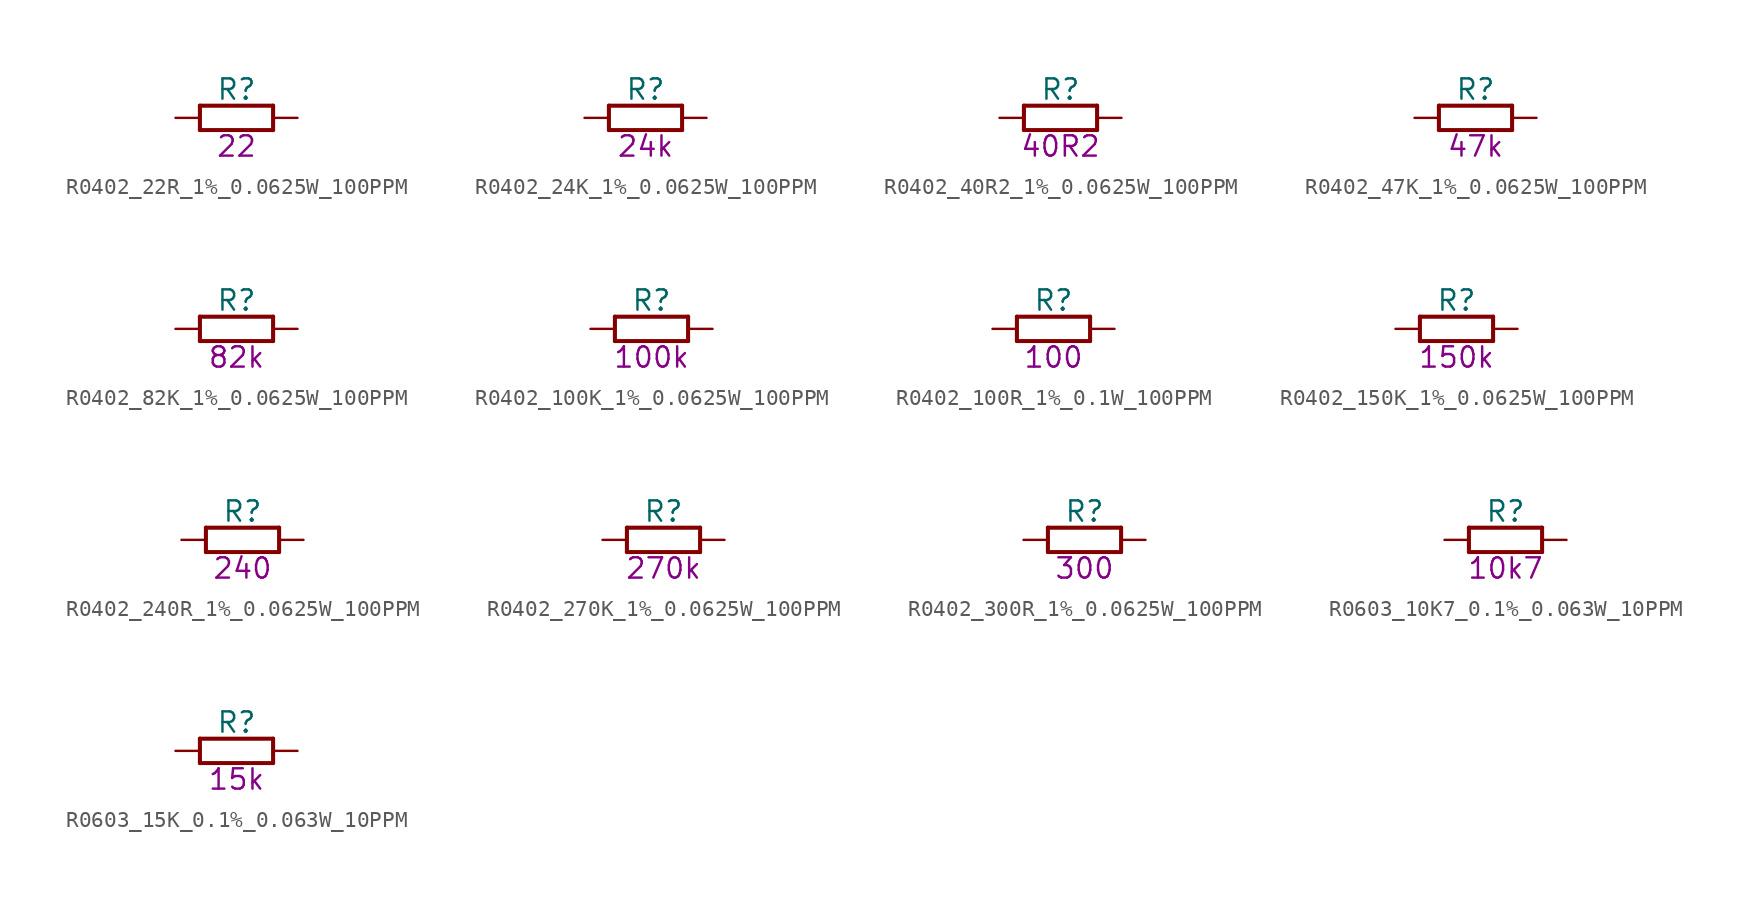
<source format=kicad_sym>
(kicad_symbol_lib
  (version 20211014)
  (generator kicad_symbol_editor)
  (symbol "R0402_22R_1%_0.0625W_100PPM"
    (pin_names
      (offset 1.27))
    (property "Reference" "R"
      (at 3.81 1.778 0)
      (effects (font (size 1.27 1.27))))
    (property "Val" "22"
      (at 3.81 -1.778 0)
      (effects (font (size 1.27 1.27))))
    (property "ki_locked" ""
      (at 0 0 0)
      (effects (font (size 1.27 1.27))))
    (symbol "R0402_22R_1%_0.0625W_100PPM_0_1"
      (polyline (pts (xy 1.524 -0.762) (xy 6.096 -0.762)) (stroke (width 0.254) (type default) (color 0 0 0 0)) (fill (type none)))
      (polyline (pts (xy 1.524 0.762) (xy 1.524 -0.762)) (stroke (width 0.254) (type default) (color 0 0 0 0)) (fill (type none)))
      (polyline (pts (xy 6.096 -0.762) (xy 6.096 0.762)) (stroke (width 0.254) (type default) (color 0 0 0 0)) (fill (type none)))
      (polyline (pts (xy 6.096 0.762) (xy 1.524 0.762)) (stroke (width 0.254) (type default) (color 0 0 0 0)) (fill (type none)))
      (text "1%" (at 3.81 0 0) (effects (font (size 0.635 0.635)) hide))
      (pin passive line (at 0 0 0) (length 1.524) (name "1" (effects (font (size 0 0)))) (number "1" (effects (font (size 0 0)))))
      (pin passive line (at 7.62 0 180) (length 1.524) (name "2" (effects (font (size 0 0)))) (number "2" (effects (font (size 0 0)))))))
  (symbol "R0402_24K_1%_0.0625W_100PPM"
    (pin_names
      (offset 1.27))
    (property "Reference" "R"
      (at 3.81 1.778 0)
      (effects (font (size 1.27 1.27))))
    (property "Val" "24k"
      (at 3.81 -1.778 0)
      (effects (font (size 1.27 1.27))))
    (property "ki_locked" ""
      (at 0 0 0)
      (effects (font (size 1.27 1.27))))
    (symbol "R0402_24K_1%_0.0625W_100PPM_0_1"
      (polyline (pts (xy 1.524 -0.762) (xy 6.096 -0.762)) (stroke (width 0.254) (type default) (color 0 0 0 0)) (fill (type none)))
      (polyline (pts (xy 1.524 0.762) (xy 1.524 -0.762)) (stroke (width 0.254) (type default) (color 0 0 0 0)) (fill (type none)))
      (polyline (pts (xy 6.096 -0.762) (xy 6.096 0.762)) (stroke (width 0.254) (type default) (color 0 0 0 0)) (fill (type none)))
      (polyline (pts (xy 6.096 0.762) (xy 1.524 0.762)) (stroke (width 0.254) (type default) (color 0 0 0 0)) (fill (type none)))
      (text "1%" (at 3.81 0 0) (effects (font (size 0.635 0.635)) hide))
      (pin passive line (at 0 0 0) (length 1.524) (name "1" (effects (font (size 0 0)))) (number "1" (effects (font (size 0 0)))))
      (pin passive line (at 7.62 0 180) (length 1.524) (name "2" (effects (font (size 0 0)))) (number "2" (effects (font (size 0 0)))))))
  (symbol "R0402_40R2_1%_0.0625W_100PPM"
    (pin_names
      (offset 1.27))
    (property "Reference" "R"
      (at 3.81 1.778 0)
      (effects (font (size 1.27 1.27))))
    (property "Val" "40R2"
      (at 3.81 -1.778 0)
      (effects (font (size 1.27 1.27))))
    (property "ki_locked" ""
      (at 0 0 0)
      (effects (font (size 1.27 1.27))))
    (symbol "R0402_40R2_1%_0.0625W_100PPM_0_1"
      (polyline (pts (xy 1.524 -0.762) (xy 6.096 -0.762)) (stroke (width 0.254) (type default) (color 0 0 0 0)) (fill (type none)))
      (polyline (pts (xy 1.524 0.762) (xy 1.524 -0.762)) (stroke (width 0.254) (type default) (color 0 0 0 0)) (fill (type none)))
      (polyline (pts (xy 6.096 -0.762) (xy 6.096 0.762)) (stroke (width 0.254) (type default) (color 0 0 0 0)) (fill (type none)))
      (polyline (pts (xy 6.096 0.762) (xy 1.524 0.762)) (stroke (width 0.254) (type default) (color 0 0 0 0)) (fill (type none)))
      (text "1%" (at 3.81 0 0) (effects (font (size 0.635 0.635)) hide))
      (pin passive line (at 0 0 0) (length 1.524) (name "1" (effects (font (size 0 0)))) (number "1" (effects (font (size 0 0)))))
      (pin passive line (at 7.62 0 180) (length 1.524) (name "2" (effects (font (size 0 0)))) (number "2" (effects (font (size 0 0)))))))
  (symbol "R0402_47K_1%_0.0625W_100PPM"
    (pin_names
      (offset 1.27))
    (property "Reference" "R"
      (at 3.81 1.778 0)
      (effects (font (size 1.27 1.27))))
    (property "Val" "47k"
      (at 3.81 -1.778 0)
      (effects (font (size 1.27 1.27))))
    (property "ki_locked" ""
      (at 0 0 0)
      (effects (font (size 1.27 1.27))))
    (symbol "R0402_47K_1%_0.0625W_100PPM_0_1"
      (polyline (pts (xy 1.524 -0.762) (xy 6.096 -0.762)) (stroke (width 0.254) (type default) (color 0 0 0 0)) (fill (type none)))
      (polyline (pts (xy 1.524 0.762) (xy 1.524 -0.762)) (stroke (width 0.254) (type default) (color 0 0 0 0)) (fill (type none)))
      (polyline (pts (xy 6.096 -0.762) (xy 6.096 0.762)) (stroke (width 0.254) (type default) (color 0 0 0 0)) (fill (type none)))
      (polyline (pts (xy 6.096 0.762) (xy 1.524 0.762)) (stroke (width 0.254) (type default) (color 0 0 0 0)) (fill (type none)))
      (text "1%" (at 3.81 0 0) (effects (font (size 0.635 0.635)) hide))
      (pin passive line (at 0 0 0) (length 1.524) (name "1" (effects (font (size 0 0)))) (number "1" (effects (font (size 0 0)))))
      (pin passive line (at 7.62 0 180) (length 1.524) (name "2" (effects (font (size 0 0)))) (number "2" (effects (font (size 0 0)))))))
  (symbol "R0402_82K_1%_0.0625W_100PPM"
    (pin_names
      (offset 1.27))
    (property "Reference" "R"
      (at 3.81 1.778 0)
      (effects (font (size 1.27 1.27))))
    (property "Val" "82k"
      (at 3.81 -1.778 0)
      (effects (font (size 1.27 1.27))))
    (property "ki_locked" ""
      (at 0 0 0)
      (effects (font (size 1.27 1.27))))
    (symbol "R0402_82K_1%_0.0625W_100PPM_0_1"
      (polyline (pts (xy 1.524 -0.762) (xy 6.096 -0.762)) (stroke (width 0.254) (type default) (color 0 0 0 0)) (fill (type none)))
      (polyline (pts (xy 1.524 0.762) (xy 1.524 -0.762)) (stroke (width 0.254) (type default) (color 0 0 0 0)) (fill (type none)))
      (polyline (pts (xy 6.096 -0.762) (xy 6.096 0.762)) (stroke (width 0.254) (type default) (color 0 0 0 0)) (fill (type none)))
      (polyline (pts (xy 6.096 0.762) (xy 1.524 0.762)) (stroke (width 0.254) (type default) (color 0 0 0 0)) (fill (type none)))
      (text "1%" (at 3.81 0 0) (effects (font (size 0.635 0.635)) hide))
      (pin passive line (at 0 0 0) (length 1.524) (name "1" (effects (font (size 0 0)))) (number "1" (effects (font (size 0 0)))))
      (pin passive line (at 7.62 0 180) (length 1.524) (name "2" (effects (font (size 0 0)))) (number "2" (effects (font (size 0 0)))))))
  (symbol "R0402_100K_1%_0.0625W_100PPM"
    (pin_names
      (offset 1.27))
    (property "Reference" "R"
      (at 3.81 1.778 0)
      (effects (font (size 1.27 1.27))))
    (property "Val" "100k"
      (at 3.81 -1.778 0)
      (effects (font (size 1.27 1.27))))
    (property "ki_locked" ""
      (at 0 0 0)
      (effects (font (size 1.27 1.27))))
    (symbol "R0402_100K_1%_0.0625W_100PPM_0_1"
      (polyline (pts (xy 1.524 -0.762) (xy 6.096 -0.762)) (stroke (width 0.254) (type default) (color 0 0 0 0)) (fill (type none)))
      (polyline (pts (xy 1.524 0.762) (xy 1.524 -0.762)) (stroke (width 0.254) (type default) (color 0 0 0 0)) (fill (type none)))
      (polyline (pts (xy 6.096 -0.762) (xy 6.096 0.762)) (stroke (width 0.254) (type default) (color 0 0 0 0)) (fill (type none)))
      (polyline (pts (xy 6.096 0.762) (xy 1.524 0.762)) (stroke (width 0.254) (type default) (color 0 0 0 0)) (fill (type none)))
      (text "1%" (at 3.81 0 0) (effects (font (size 0.635 0.635)) hide))
      (pin passive line (at 0 0 0) (length 1.524) (name "1" (effects (font (size 0 0)))) (number "1" (effects (font (size 0 0)))))
      (pin passive line (at 7.62 0 180) (length 1.524) (name "2" (effects (font (size 0 0)))) (number "2" (effects (font (size 0 0)))))))
  (symbol "R0402_100R_1%_0.1W_100PPM"
    (pin_names
      (offset 1.27))
    (property "Reference" "R"
      (at 3.81 1.778 0)
      (effects (font (size 1.27 1.27))))
    (property "Val" "100"
      (at 3.81 -1.778 0)
      (effects (font (size 1.27 1.27))))
    (property "ki_locked" ""
      (at 0 0 0)
      (effects (font (size 1.27 1.27))))
    (symbol "R0402_100R_1%_0.1W_100PPM_0_1"
      (polyline (pts (xy 1.524 -0.762) (xy 6.096 -0.762)) (stroke (width 0.254) (type default) (color 0 0 0 0)) (fill (type none)))
      (polyline (pts (xy 1.524 0.762) (xy 1.524 -0.762)) (stroke (width 0.254) (type default) (color 0 0 0 0)) (fill (type none)))
      (polyline (pts (xy 6.096 -0.762) (xy 6.096 0.762)) (stroke (width 0.254) (type default) (color 0 0 0 0)) (fill (type none)))
      (polyline (pts (xy 6.096 0.762) (xy 1.524 0.762)) (stroke (width 0.254) (type default) (color 0 0 0 0)) (fill (type none)))
      (text "1%" (at 3.81 0 0) (effects (font (size 0.635 0.635)) hide))
      (pin passive line (at 0 0 0) (length 1.524) (name "1" (effects (font (size 0 0)))) (number "1" (effects (font (size 0 0)))))
      (pin passive line (at 7.62 0 180) (length 1.524) (name "2" (effects (font (size 0 0)))) (number "2" (effects (font (size 0 0)))))))
  (symbol "R0402_150K_1%_0.0625W_100PPM"
    (pin_names
      (offset 1.27))
    (property "Reference" "R"
      (at 3.81 1.778 0)
      (effects (font (size 1.27 1.27))))
    (property "Val" "150k"
      (at 3.81 -1.778 0)
      (effects (font (size 1.27 1.27))))
    (property "ki_locked" ""
      (at 0 0 0)
      (effects (font (size 1.27 1.27))))
    (symbol "R0402_150K_1%_0.0625W_100PPM_0_1"
      (polyline (pts (xy 1.524 -0.762) (xy 6.096 -0.762)) (stroke (width 0.254) (type default) (color 0 0 0 0)) (fill (type none)))
      (polyline (pts (xy 1.524 0.762) (xy 1.524 -0.762)) (stroke (width 0.254) (type default) (color 0 0 0 0)) (fill (type none)))
      (polyline (pts (xy 6.096 -0.762) (xy 6.096 0.762)) (stroke (width 0.254) (type default) (color 0 0 0 0)) (fill (type none)))
      (polyline (pts (xy 6.096 0.762) (xy 1.524 0.762)) (stroke (width 0.254) (type default) (color 0 0 0 0)) (fill (type none)))
      (text "1%" (at 3.81 0 0) (effects (font (size 0.635 0.635)) hide))
      (pin passive line (at 0 0 0) (length 1.524) (name "1" (effects (font (size 0 0)))) (number "1" (effects (font (size 0 0)))))
      (pin passive line (at 7.62 0 180) (length 1.524) (name "2" (effects (font (size 0 0)))) (number "2" (effects (font (size 0 0)))))))
  (symbol "R0402_240R_1%_0.0625W_100PPM"
    (pin_names
      (offset 1.27))
    (property "Reference" "R"
      (at 3.81 1.778 0)
      (effects (font (size 1.27 1.27))))
    (property "Val" "240"
      (at 3.81 -1.778 0)
      (effects (font (size 1.27 1.27))))
    (property "ki_locked" ""
      (at 0 0 0)
      (effects (font (size 1.27 1.27))))
    (symbol "R0402_240R_1%_0.0625W_100PPM_0_1"
      (polyline (pts (xy 1.524 -0.762) (xy 6.096 -0.762)) (stroke (width 0.254) (type default) (color 0 0 0 0)) (fill (type none)))
      (polyline (pts (xy 1.524 0.762) (xy 1.524 -0.762)) (stroke (width 0.254) (type default) (color 0 0 0 0)) (fill (type none)))
      (polyline (pts (xy 6.096 -0.762) (xy 6.096 0.762)) (stroke (width 0.254) (type default) (color 0 0 0 0)) (fill (type none)))
      (polyline (pts (xy 6.096 0.762) (xy 1.524 0.762)) (stroke (width 0.254) (type default) (color 0 0 0 0)) (fill (type none)))
      (text "1%" (at 3.81 0 0) (effects (font (size 0.635 0.635)) hide))
      (pin passive line (at 0 0 0) (length 1.524) (name "1" (effects (font (size 0 0)))) (number "1" (effects (font (size 0 0)))))
      (pin passive line (at 7.62 0 180) (length 1.524) (name "2" (effects (font (size 0 0)))) (number "2" (effects (font (size 0 0)))))))
  (symbol "R0402_270K_1%_0.0625W_100PPM"
    (pin_names
      (offset 1.27))
    (property "Reference" "R"
      (at 3.81 1.778 0)
      (effects (font (size 1.27 1.27))))
    (property "Val" "270k"
      (at 3.81 -1.778 0)
      (effects (font (size 1.27 1.27))))
    (property "ki_locked" ""
      (at 0 0 0)
      (effects (font (size 1.27 1.27))))
    (symbol "R0402_270K_1%_0.0625W_100PPM_0_1"
      (polyline (pts (xy 1.524 -0.762) (xy 6.096 -0.762)) (stroke (width 0.254) (type default) (color 0 0 0 0)) (fill (type none)))
      (polyline (pts (xy 1.524 0.762) (xy 1.524 -0.762)) (stroke (width 0.254) (type default) (color 0 0 0 0)) (fill (type none)))
      (polyline (pts (xy 6.096 -0.762) (xy 6.096 0.762)) (stroke (width 0.254) (type default) (color 0 0 0 0)) (fill (type none)))
      (polyline (pts (xy 6.096 0.762) (xy 1.524 0.762)) (stroke (width 0.254) (type default) (color 0 0 0 0)) (fill (type none)))
      (text "1%" (at 3.81 0 0) (effects (font (size 0.635 0.635)) hide))
      (pin passive line (at 0 0 0) (length 1.524) (name "1" (effects (font (size 0 0)))) (number "1" (effects (font (size 0 0)))))
      (pin passive line (at 7.62 0 180) (length 1.524) (name "2" (effects (font (size 0 0)))) (number "2" (effects (font (size 0 0)))))))
  (symbol "R0402_300R_1%_0.0625W_100PPM"
    (pin_names
      (offset 1.27))
    (property "Reference" "R"
      (at 3.81 1.778 0)
      (effects (font (size 1.27 1.27))))
    (property "Val" "300"
      (at 3.81 -1.778 0)
      (effects (font (size 1.27 1.27))))
    (property "ki_locked" ""
      (at 0 0 0)
      (effects (font (size 1.27 1.27))))
    (symbol "R0402_300R_1%_0.0625W_100PPM_0_1"
      (polyline (pts (xy 1.524 -0.762) (xy 6.096 -0.762)) (stroke (width 0.254) (type default) (color 0 0 0 0)) (fill (type none)))
      (polyline (pts (xy 1.524 0.762) (xy 1.524 -0.762)) (stroke (width 0.254) (type default) (color 0 0 0 0)) (fill (type none)))
      (polyline (pts (xy 6.096 -0.762) (xy 6.096 0.762)) (stroke (width 0.254) (type default) (color 0 0 0 0)) (fill (type none)))
      (polyline (pts (xy 6.096 0.762) (xy 1.524 0.762)) (stroke (width 0.254) (type default) (color 0 0 0 0)) (fill (type none)))
      (text "1%" (at 3.81 0 0) (effects (font (size 0.635 0.635)) hide))
      (pin passive line (at 0 0 0) (length 1.524) (name "1" (effects (font (size 0 0)))) (number "1" (effects (font (size 0 0)))))
      (pin passive line (at 7.62 0 180) (length 1.524) (name "2" (effects (font (size 0 0)))) (number "2" (effects (font (size 0 0)))))))
  (symbol "R0603_10K7_0.1%_0.063W_10PPM"
    (pin_names
      (offset 1.27))
    (property "Reference" "R"
      (at 3.81 1.778 0)
      (effects (font (size 1.27 1.27))))
    (property "Val" "10k7"
      (at 3.81 -1.778 0)
      (effects (font (size 1.27 1.27))))
    (property "ki_locked" ""
      (at 0 0 0)
      (effects (font (size 1.27 1.27))))
    (symbol "R0603_10K7_0.1%_0.063W_10PPM_0_1"
      (polyline (pts (xy 1.524 -0.762) (xy 6.096 -0.762)) (stroke (width 0.254) (type default) (color 0 0 0 0)) (fill (type none)))
      (polyline (pts (xy 1.524 0.762) (xy 1.524 -0.762)) (stroke (width 0.254) (type default) (color 0 0 0 0)) (fill (type none)))
      (polyline (pts (xy 6.096 -0.762) (xy 6.096 0.762)) (stroke (width 0.254) (type default) (color 0 0 0 0)) (fill (type none)))
      (polyline (pts (xy 6.096 0.762) (xy 1.524 0.762)) (stroke (width 0.254) (type default) (color 0 0 0 0)) (fill (type none)))
      (text "0.1%" (at 3.81 0 0) (effects (font (size 0.635 0.635)) hide))
      (pin passive line (at 0 0 0) (length 1.524) (name "1" (effects (font (size 0 0)))) (number "1" (effects (font (size 0 0)))))
      (pin passive line (at 7.62 0 180) (length 1.524) (name "2" (effects (font (size 0 0)))) (number "2" (effects (font (size 0 0)))))))
  (symbol "R0603_15K_0.1%_0.063W_10PPM"
    (pin_names
      (offset 1.27))
    (property "Reference" "R"
      (at 3.81 1.778 0)
      (effects (font (size 1.27 1.27))))
    (property "Val" "15k"
      (at 3.81 -1.778 0)
      (effects (font (size 1.27 1.27))))
    (property "ki_locked" ""
      (at 0 0 0)
      (effects (font (size 1.27 1.27))))
    (symbol "R0603_15K_0.1%_0.063W_10PPM_0_1"
      (polyline (pts (xy 1.524 -0.762) (xy 6.096 -0.762)) (stroke (width 0.254) (type default) (color 0 0 0 0)) (fill (type none)))
      (polyline (pts (xy 1.524 0.762) (xy 1.524 -0.762)) (stroke (width 0.254) (type default) (color 0 0 0 0)) (fill (type none)))
      (polyline (pts (xy 6.096 -0.762) (xy 6.096 0.762)) (stroke (width 0.254) (type default) (color 0 0 0 0)) (fill (type none)))
      (polyline (pts (xy 6.096 0.762) (xy 1.524 0.762)) (stroke (width 0.254) (type default) (color 0 0 0 0)) (fill (type none)))
      (text "0.1%" (at 3.81 0 0) (effects (font (size 0.635 0.635)) hide))
      (pin passive line (at 0 0 0) (length 1.524) (name "1" (effects (font (size 0 0)))) (number "1" (effects (font (size 0 0)))))
      (pin passive line (at 7.62 0 180) (length 1.524) (name "2" (effects (font (size 0 0)))) (number "2" (effects (font (size 0 0))))))))
</source>
